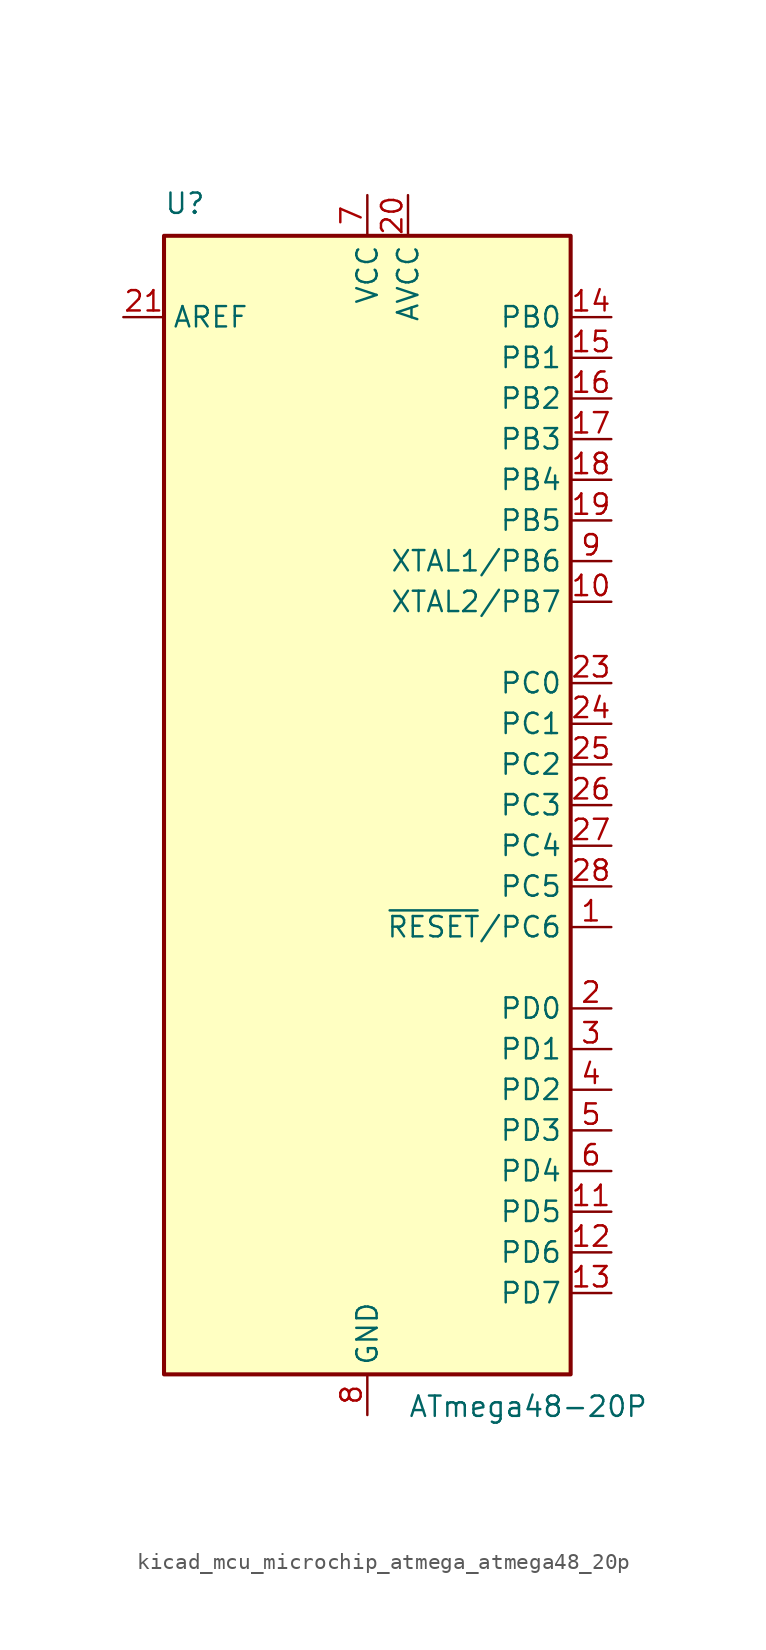
<source format=kicad_sym>
(kicad_symbol_lib
  (version 20220914)
  (generator kicad_symbol_editor)
  (symbol "kicad_mcu_microchip_atmega_atmega48_20p"
    (property "Reference" "U"
      (at -12.7 36.83 0)
      (effects (font (size 1.27 1.27)) (justify left bottom)))
    (property "Value" "ATmega48-20P"
      (at 2.54 -36.83 0)
      (effects (font (size 1.27 1.27)) (justify left top)))
    (symbol "kicad_mcu_microchip_atmega_atmega48_20p_0_1"
      (rectangle (start -12.7 -35.56) (end 12.7 35.56) (stroke (width 0.254) (type default)) (fill (type background))))
    (symbol "kicad_mcu_microchip_atmega_atmega48_20p_1_1"
      (pin bidirectional line (at 15.24 -7.62 180) (length 2.54) (name "~{RESET}/PC6" (effects (font (size 1.27 1.27)))) (number "1" (effects (font (size 1.27 1.27)))))
      (pin bidirectional line (at 15.24 12.7 180) (length 2.54) (name "XTAL2/PB7" (effects (font (size 1.27 1.27)))) (number "10" (effects (font (size 1.27 1.27)))))
      (pin bidirectional line (at 15.24 -25.4 180) (length 2.54) (name "PD5" (effects (font (size 1.27 1.27)))) (number "11" (effects (font (size 1.27 1.27)))))
      (pin bidirectional line (at 15.24 -27.94 180) (length 2.54) (name "PD6" (effects (font (size 1.27 1.27)))) (number "12" (effects (font (size 1.27 1.27)))))
      (pin bidirectional line (at 15.24 -30.48 180) (length 2.54) (name "PD7" (effects (font (size 1.27 1.27)))) (number "13" (effects (font (size 1.27 1.27)))))
      (pin bidirectional line (at 15.24 30.48 180) (length 2.54) (name "PB0" (effects (font (size 1.27 1.27)))) (number "14" (effects (font (size 1.27 1.27)))))
      (pin bidirectional line (at 15.24 27.94 180) (length 2.54) (name "PB1" (effects (font (size 1.27 1.27)))) (number "15" (effects (font (size 1.27 1.27)))))
      (pin bidirectional line (at 15.24 25.4 180) (length 2.54) (name "PB2" (effects (font (size 1.27 1.27)))) (number "16" (effects (font (size 1.27 1.27)))))
      (pin bidirectional line (at 15.24 22.86 180) (length 2.54) (name "PB3" (effects (font (size 1.27 1.27)))) (number "17" (effects (font (size 1.27 1.27)))))
      (pin bidirectional line (at 15.24 20.32 180) (length 2.54) (name "PB4" (effects (font (size 1.27 1.27)))) (number "18" (effects (font (size 1.27 1.27)))))
      (pin bidirectional line (at 15.24 17.78 180) (length 2.54) (name "PB5" (effects (font (size 1.27 1.27)))) (number "19" (effects (font (size 1.27 1.27)))))
      (pin bidirectional line (at 15.24 -12.7 180) (length 2.54) (name "PD0" (effects (font (size 1.27 1.27)))) (number "2" (effects (font (size 1.27 1.27)))))
      (pin power_in line (at 2.54 38.1 270) (length 2.54) (name "AVCC" (effects (font (size 1.27 1.27)))) (number "20" (effects (font (size 1.27 1.27)))))
      (pin passive line (at -15.24 30.48 0) (length 2.54) (name "AREF" (effects (font (size 1.27 1.27)))) (number "21" (effects (font (size 1.27 1.27)))))
      (pin passive line (at 0 -38.1 90) (length 2.54) hide (name "GND" (effects (font (size 1.27 1.27)))) (number "22" (effects (font (size 1.27 1.27)))))
      (pin bidirectional line (at 15.24 7.62 180) (length 2.54) (name "PC0" (effects (font (size 1.27 1.27)))) (number "23" (effects (font (size 1.27 1.27)))))
      (pin bidirectional line (at 15.24 5.08 180) (length 2.54) (name "PC1" (effects (font (size 1.27 1.27)))) (number "24" (effects (font (size 1.27 1.27)))))
      (pin bidirectional line (at 15.24 2.54 180) (length 2.54) (name "PC2" (effects (font (size 1.27 1.27)))) (number "25" (effects (font (size 1.27 1.27)))))
      (pin bidirectional line (at 15.24 0 180) (length 2.54) (name "PC3" (effects (font (size 1.27 1.27)))) (number "26" (effects (font (size 1.27 1.27)))))
      (pin bidirectional line (at 15.24 -2.54 180) (length 2.54) (name "PC4" (effects (font (size 1.27 1.27)))) (number "27" (effects (font (size 1.27 1.27)))))
      (pin bidirectional line (at 15.24 -5.08 180) (length 2.54) (name "PC5" (effects (font (size 1.27 1.27)))) (number "28" (effects (font (size 1.27 1.27)))))
      (pin bidirectional line (at 15.24 -15.24 180) (length 2.54) (name "PD1" (effects (font (size 1.27 1.27)))) (number "3" (effects (font (size 1.27 1.27)))))
      (pin bidirectional line (at 15.24 -17.78 180) (length 2.54) (name "PD2" (effects (font (size 1.27 1.27)))) (number "4" (effects (font (size 1.27 1.27)))))
      (pin bidirectional line (at 15.24 -20.32 180) (length 2.54) (name "PD3" (effects (font (size 1.27 1.27)))) (number "5" (effects (font (size 1.27 1.27)))))
      (pin bidirectional line (at 15.24 -22.86 180) (length 2.54) (name "PD4" (effects (font (size 1.27 1.27)))) (number "6" (effects (font (size 1.27 1.27)))))
      (pin power_in line (at 0 38.1 270) (length 2.54) (name "VCC" (effects (font (size 1.27 1.27)))) (number "7" (effects (font (size 1.27 1.27)))))
      (pin power_in line (at 0 -38.1 90) (length 2.54) (name "GND" (effects (font (size 1.27 1.27)))) (number "8" (effects (font (size 1.27 1.27)))))
      (pin bidirectional line (at 15.24 15.24 180) (length 2.54) (name "XTAL1/PB6" (effects (font (size 1.27 1.27)))) (number "9" (effects (font (size 1.27 1.27))))))))
</source>
